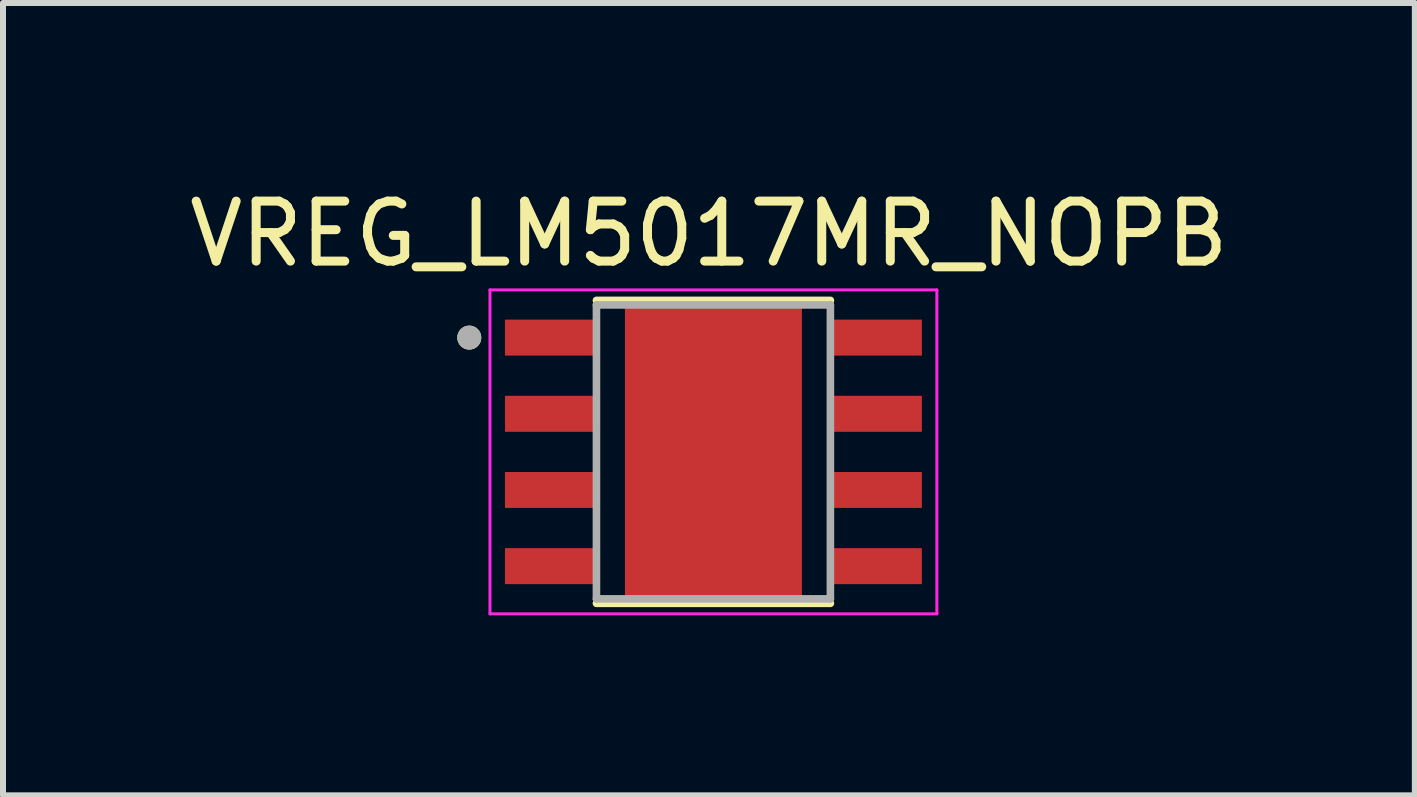
<source format=kicad_pcb>
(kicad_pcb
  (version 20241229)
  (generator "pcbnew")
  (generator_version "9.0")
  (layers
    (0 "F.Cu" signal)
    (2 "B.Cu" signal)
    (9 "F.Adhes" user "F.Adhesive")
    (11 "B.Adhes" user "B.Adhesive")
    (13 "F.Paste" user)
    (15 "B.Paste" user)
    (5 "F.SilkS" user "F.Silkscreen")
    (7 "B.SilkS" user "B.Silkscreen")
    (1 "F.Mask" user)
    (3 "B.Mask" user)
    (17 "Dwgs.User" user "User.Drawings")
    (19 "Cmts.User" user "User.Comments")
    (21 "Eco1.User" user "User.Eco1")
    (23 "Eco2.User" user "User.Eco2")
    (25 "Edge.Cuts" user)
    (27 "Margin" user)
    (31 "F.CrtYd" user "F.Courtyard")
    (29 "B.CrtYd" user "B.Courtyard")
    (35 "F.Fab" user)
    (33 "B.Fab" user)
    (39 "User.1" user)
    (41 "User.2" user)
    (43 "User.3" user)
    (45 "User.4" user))
  (footprint "VREG_LM5017MR_NOPB"
    (layer "F.Cu")
    (at 8.843 4.483)
    (property "Reference" "VREG_LM5017MR_NOPB" (at -0.075 -3.635 0) (layer "F.SilkS") (effects (font (size 1 1) (thickness 0.15))))
    (attr through_hole)
    (fp_poly (pts (xy -1.355 -1.7) (xy 1.355 -1.7) (xy 1.355 1.7) (xy -1.355 1.7)) (stroke (width 0.01) (type solid)) (fill yes) (layer "F.Mask"))
    (fp_poly (pts (xy -1.905 -1.535) (xy -3.495 -1.535) (xy -3.498 -1.535) (xy -3.5 -1.535) (xy -3.503 -1.536) (xy -3.505 -1.536) (xy -3.508 -1.537) (xy -3.51 -1.537) (xy -3.513 -1.538) (xy -3.515 -1.539) (xy -3.518 -1.54) (xy -3.52 -1.542) (xy -3.522 -1.543) (xy -3.524 -1.545) (xy -3.526 -1.546) (xy -3.528 -1.548) (xy -3.53 -1.55) (xy -3.532 -1.552) (xy -3.534 -1.554) (xy -3.535 -1.556) (xy -3.537 -1.558) (xy -3.538 -1.56) (xy -3.54 -1.562) (xy -3.541 -1.565) (xy -3.542 -1.567) (xy -3.543 -1.57) (xy -3.543 -1.572) (xy -3.544 -1.575) (xy -3.544 -1.577) (xy -3.545 -1.58) (xy -3.545 -1.582) (xy -3.545 -1.585) (xy -3.545 -2.225) (xy -3.545 -2.228) (xy -3.545 -2.23) (xy -3.544 -2.233) (xy -3.544 -2.235) (xy -3.543 -2.238) (xy -3.543 -2.24) (xy -3.542 -2.243) (xy -3.541 -2.245) (xy -3.54 -2.248) (xy -3.538 -2.25) (xy -3.537 -2.252) (xy -3.535 -2.254) (xy -3.534 -2.256) (xy -3.532 -2.258) (xy -3.53 -2.26) (xy -3.528 -2.262) (xy -3.526 -2.264) (xy -3.524 -2.265) (xy -3.522 -2.267) (xy -3.52 -2.268) (xy -3.518 -2.27) (xy -3.515 -2.271) (xy -3.513 -2.272) (xy -3.51 -2.273) (xy -3.508 -2.273) (xy -3.505 -2.274) (xy -3.503 -2.274) (xy -3.5 -2.275) (xy -3.498 -2.275) (xy -3.495 -2.275) (xy -1.905 -2.275) (xy -1.902 -2.275) (xy -1.9 -2.275) (xy -1.897 -2.274) (xy -1.895 -2.274) (xy -1.892 -2.273) (xy -1.89 -2.273) (xy -1.887 -2.272) (xy -1.885 -2.271) (xy -1.882 -2.27) (xy -1.88 -2.268) (xy -1.878 -2.267) (xy -1.876 -2.265) (xy -1.874 -2.264) (xy -1.872 -2.262) (xy -1.87 -2.26) (xy -1.868 -2.258) (xy -1.866 -2.256) (xy -1.865 -2.254) (xy -1.863 -2.252) (xy -1.862 -2.25) (xy -1.86 -2.248) (xy -1.859 -2.245) (xy -1.858 -2.243) (xy -1.857 -2.24) (xy -1.857 -2.238) (xy -1.856 -2.235) (xy -1.856 -2.233) (xy -1.855 -2.23) (xy -1.855 -2.228) (xy -1.855 -2.225) (xy -1.855 -1.585) (xy -1.855 -1.582) (xy -1.855 -1.58) (xy -1.856 -1.577) (xy -1.856 -1.575) (xy -1.857 -1.572) (xy -1.857 -1.57) (xy -1.858 -1.567) (xy -1.859 -1.565) (xy -1.86 -1.562) (xy -1.862 -1.56) (xy -1.863 -1.558) (xy -1.865 -1.556) (xy -1.866 -1.554) (xy -1.868 -1.552) (xy -1.87 -1.55) (xy -1.872 -1.548) (xy -1.874 -1.546) (xy -1.876 -1.545) (xy -1.878 -1.543) (xy -1.88 -1.542) (xy -1.882 -1.54) (xy -1.885 -1.539) (xy -1.887 -1.538) (xy -1.89 -1.537) (xy -1.892 -1.537) (xy -1.895 -1.536) (xy -1.897 -1.536) (xy -1.9 -1.535) (xy -1.902 -1.535) (xy -1.905 -1.535)) (stroke (width 0.01) (type solid)) (fill yes) (layer "F.Mask"))
    (fp_poly (pts (xy -1.905 -0.265) (xy -3.495 -0.265) (xy -3.498 -0.265) (xy -3.5 -0.265) (xy -3.503 -0.266) (xy -3.505 -0.266) (xy -3.508 -0.267) (xy -3.51 -0.267) (xy -3.513 -0.268) (xy -3.515 -0.269) (xy -3.518 -0.27) (xy -3.52 -0.272) (xy -3.522 -0.273) (xy -3.524 -0.275) (xy -3.526 -0.276) (xy -3.528 -0.278) (xy -3.53 -0.28) (xy -3.532 -0.282) (xy -3.534 -0.284) (xy -3.535 -0.286) (xy -3.537 -0.288) (xy -3.538 -0.29) (xy -3.54 -0.292) (xy -3.541 -0.295) (xy -3.542 -0.297) (xy -3.543 -0.3) (xy -3.543 -0.302) (xy -3.544 -0.305) (xy -3.544 -0.307) (xy -3.545 -0.31) (xy -3.545 -0.312) (xy -3.545 -0.315) (xy -3.545 -0.955) (xy -3.545 -0.958) (xy -3.545 -0.96) (xy -3.544 -0.963) (xy -3.544 -0.965) (xy -3.543 -0.968) (xy -3.543 -0.97) (xy -3.542 -0.973) (xy -3.541 -0.975) (xy -3.54 -0.978) (xy -3.538 -0.98) (xy -3.537 -0.982) (xy -3.535 -0.984) (xy -3.534 -0.986) (xy -3.532 -0.988) (xy -3.53 -0.99) (xy -3.528 -0.992) (xy -3.526 -0.994) (xy -3.524 -0.995) (xy -3.522 -0.997) (xy -3.52 -0.998) (xy -3.518 -1) (xy -3.515 -1.001) (xy -3.513 -1.002) (xy -3.51 -1.003) (xy -3.508 -1.003) (xy -3.505 -1.004) (xy -3.503 -1.004) (xy -3.5 -1.005) (xy -3.498 -1.005) (xy -3.495 -1.005) (xy -1.905 -1.005) (xy -1.902 -1.005) (xy -1.9 -1.005) (xy -1.897 -1.004) (xy -1.895 -1.004) (xy -1.892 -1.003) (xy -1.89 -1.003) (xy -1.887 -1.002) (xy -1.885 -1.001) (xy -1.882 -1) (xy -1.88 -0.998) (xy -1.878 -0.997) (xy -1.876 -0.995) (xy -1.874 -0.994) (xy -1.872 -0.992) (xy -1.87 -0.99) (xy -1.868 -0.988) (xy -1.866 -0.986) (xy -1.865 -0.984) (xy -1.863 -0.982) (xy -1.862 -0.98) (xy -1.86 -0.978) (xy -1.859 -0.975) (xy -1.858 -0.973) (xy -1.857 -0.97) (xy -1.857 -0.968) (xy -1.856 -0.965) (xy -1.856 -0.963) (xy -1.855 -0.96) (xy -1.855 -0.958) (xy -1.855 -0.955) (xy -1.855 -0.315) (xy -1.855 -0.312) (xy -1.855 -0.31) (xy -1.856 -0.307) (xy -1.856 -0.305) (xy -1.857 -0.302) (xy -1.857 -0.3) (xy -1.858 -0.297) (xy -1.859 -0.295) (xy -1.86 -0.292) (xy -1.862 -0.29) (xy -1.863 -0.288) (xy -1.865 -0.286) (xy -1.866 -0.284) (xy -1.868 -0.282) (xy -1.87 -0.28) (xy -1.872 -0.278) (xy -1.874 -0.276) (xy -1.876 -0.275) (xy -1.878 -0.273) (xy -1.88 -0.272) (xy -1.882 -0.27) (xy -1.885 -0.269) (xy -1.887 -0.268) (xy -1.89 -0.267) (xy -1.892 -0.267) (xy -1.895 -0.266) (xy -1.897 -0.266) (xy -1.9 -0.265) (xy -1.902 -0.265) (xy -1.905 -0.265)) (stroke (width 0.01) (type solid)) (fill yes) (layer "F.Mask"))
    (fp_poly (pts (xy -1.905 1.005) (xy -3.495 1.005) (xy -3.498 1.005) (xy -3.5 1.005) (xy -3.503 1.004) (xy -3.505 1.004) (xy -3.508 1.003) (xy -3.51 1.003) (xy -3.513 1.002) (xy -3.515 1.001) (xy -3.518 1) (xy -3.52 0.998) (xy -3.522 0.997) (xy -3.524 0.995) (xy -3.526 0.994) (xy -3.528 0.992) (xy -3.53 0.99) (xy -3.532 0.988) (xy -3.534 0.986) (xy -3.535 0.984) (xy -3.537 0.982) (xy -3.538 0.98) (xy -3.54 0.978) (xy -3.541 0.975) (xy -3.542 0.973) (xy -3.543 0.97) (xy -3.543 0.968) (xy -3.544 0.965) (xy -3.544 0.963) (xy -3.545 0.96) (xy -3.545 0.958) (xy -3.545 0.955) (xy -3.545 0.315) (xy -3.545 0.312) (xy -3.545 0.31) (xy -3.544 0.307) (xy -3.544 0.305) (xy -3.543 0.302) (xy -3.543 0.3) (xy -3.542 0.297) (xy -3.541 0.295) (xy -3.54 0.292) (xy -3.538 0.29) (xy -3.537 0.288) (xy -3.535 0.286) (xy -3.534 0.284) (xy -3.532 0.282) (xy -3.53 0.28) (xy -3.528 0.278) (xy -3.526 0.276) (xy -3.524 0.275) (xy -3.522 0.273) (xy -3.52 0.272) (xy -3.518 0.27) (xy -3.515 0.269) (xy -3.513 0.268) (xy -3.51 0.267) (xy -3.508 0.267) (xy -3.505 0.266) (xy -3.503 0.266) (xy -3.5 0.265) (xy -3.498 0.265) (xy -3.495 0.265) (xy -1.905 0.265) (xy -1.902 0.265) (xy -1.9 0.265) (xy -1.897 0.266) (xy -1.895 0.266) (xy -1.892 0.267) (xy -1.89 0.267) (xy -1.887 0.268) (xy -1.885 0.269) (xy -1.882 0.27) (xy -1.88 0.272) (xy -1.878 0.273) (xy -1.876 0.275) (xy -1.874 0.276) (xy -1.872 0.278) (xy -1.87 0.28) (xy -1.868 0.282) (xy -1.866 0.284) (xy -1.865 0.286) (xy -1.863 0.288) (xy -1.862 0.29) (xy -1.86 0.292) (xy -1.859 0.295) (xy -1.858 0.297) (xy -1.857 0.3) (xy -1.857 0.302) (xy -1.856 0.305) (xy -1.856 0.307) (xy -1.855 0.31) (xy -1.855 0.312) (xy -1.855 0.315) (xy -1.855 0.955) (xy -1.855 0.958) (xy -1.855 0.96) (xy -1.856 0.963) (xy -1.856 0.965) (xy -1.857 0.968) (xy -1.857 0.97) (xy -1.858 0.973) (xy -1.859 0.975) (xy -1.86 0.978) (xy -1.862 0.98) (xy -1.863 0.982) (xy -1.865 0.984) (xy -1.866 0.986) (xy -1.868 0.988) (xy -1.87 0.99) (xy -1.872 0.992) (xy -1.874 0.994) (xy -1.876 0.995) (xy -1.878 0.997) (xy -1.88 0.998) (xy -1.882 1) (xy -1.885 1.001) (xy -1.887 1.002) (xy -1.89 1.003) (xy -1.892 1.003) (xy -1.895 1.004) (xy -1.897 1.004) (xy -1.9 1.005) (xy -1.902 1.005) (xy -1.905 1.005)) (stroke (width 0.01) (type solid)) (fill yes) (layer "F.Mask"))
    (fp_poly (pts (xy -1.905 2.275) (xy -3.495 2.275) (xy -3.498 2.275) (xy -3.5 2.275) (xy -3.503 2.274) (xy -3.505 2.274) (xy -3.508 2.273) (xy -3.51 2.273) (xy -3.513 2.272) (xy -3.515 2.271) (xy -3.518 2.27) (xy -3.52 2.268) (xy -3.522 2.267) (xy -3.524 2.265) (xy -3.526 2.264) (xy -3.528 2.262) (xy -3.53 2.26) (xy -3.532 2.258) (xy -3.534 2.256) (xy -3.535 2.254) (xy -3.537 2.252) (xy -3.538 2.25) (xy -3.54 2.248) (xy -3.541 2.245) (xy -3.542 2.243) (xy -3.543 2.24) (xy -3.543 2.238) (xy -3.544 2.235) (xy -3.544 2.233) (xy -3.545 2.23) (xy -3.545 2.228) (xy -3.545 2.225) (xy -3.545 1.585) (xy -3.545 1.582) (xy -3.545 1.58) (xy -3.544 1.577) (xy -3.544 1.575) (xy -3.543 1.572) (xy -3.543 1.57) (xy -3.542 1.567) (xy -3.541 1.565) (xy -3.54 1.562) (xy -3.538 1.56) (xy -3.537 1.558) (xy -3.535 1.556) (xy -3.534 1.554) (xy -3.532 1.552) (xy -3.53 1.55) (xy -3.528 1.548) (xy -3.526 1.546) (xy -3.524 1.545) (xy -3.522 1.543) (xy -3.52 1.542) (xy -3.518 1.54) (xy -3.515 1.539) (xy -3.513 1.538) (xy -3.51 1.537) (xy -3.508 1.537) (xy -3.505 1.536) (xy -3.503 1.536) (xy -3.5 1.535) (xy -3.498 1.535) (xy -3.495 1.535) (xy -1.905 1.535) (xy -1.902 1.535) (xy -1.9 1.535) (xy -1.897 1.536) (xy -1.895 1.536) (xy -1.892 1.537) (xy -1.89 1.537) (xy -1.887 1.538) (xy -1.885 1.539) (xy -1.882 1.54) (xy -1.88 1.542) (xy -1.878 1.543) (xy -1.876 1.545) (xy -1.874 1.546) (xy -1.872 1.548) (xy -1.87 1.55) (xy -1.868 1.552) (xy -1.866 1.554) (xy -1.865 1.556) (xy -1.863 1.558) (xy -1.862 1.56) (xy -1.86 1.562) (xy -1.859 1.565) (xy -1.858 1.567) (xy -1.857 1.57) (xy -1.857 1.572) (xy -1.856 1.575) (xy -1.856 1.577) (xy -1.855 1.58) (xy -1.855 1.582) (xy -1.855 1.585) (xy -1.855 2.225) (xy -1.855 2.228) (xy -1.855 2.23) (xy -1.856 2.233) (xy -1.856 2.235) (xy -1.857 2.238) (xy -1.857 2.24) (xy -1.858 2.243) (xy -1.859 2.245) (xy -1.86 2.248) (xy -1.862 2.25) (xy -1.863 2.252) (xy -1.865 2.254) (xy -1.866 2.256) (xy -1.868 2.258) (xy -1.87 2.26) (xy -1.872 2.262) (xy -1.874 2.264) (xy -1.876 2.265) (xy -1.878 2.267) (xy -1.88 2.268) (xy -1.882 2.27) (xy -1.885 2.271) (xy -1.887 2.272) (xy -1.89 2.273) (xy -1.892 2.273) (xy -1.895 2.274) (xy -1.897 2.274) (xy -1.9 2.275) (xy -1.902 2.275) (xy -1.905 2.275)) (stroke (width 0.01) (type solid)) (fill yes) (layer "F.Mask"))
    (fp_poly (pts (xy 3.495 -1.535) (xy 1.905 -1.535) (xy 1.902 -1.535) (xy 1.9 -1.535) (xy 1.897 -1.536) (xy 1.895 -1.536) (xy 1.892 -1.537) (xy 1.89 -1.537) (xy 1.887 -1.538) (xy 1.885 -1.539) (xy 1.882 -1.54) (xy 1.88 -1.542) (xy 1.878 -1.543) (xy 1.876 -1.545) (xy 1.874 -1.546) (xy 1.872 -1.548) (xy 1.87 -1.55) (xy 1.868 -1.552) (xy 1.866 -1.554) (xy 1.865 -1.556) (xy 1.863 -1.558) (xy 1.862 -1.56) (xy 1.86 -1.562) (xy 1.859 -1.565) (xy 1.858 -1.567) (xy 1.857 -1.57) (xy 1.857 -1.572) (xy 1.856 -1.575) (xy 1.856 -1.577) (xy 1.855 -1.58) (xy 1.855 -1.582) (xy 1.855 -1.585) (xy 1.855 -2.225) (xy 1.855 -2.228) (xy 1.855 -2.23) (xy 1.856 -2.233) (xy 1.856 -2.235) (xy 1.857 -2.238) (xy 1.857 -2.24) (xy 1.858 -2.243) (xy 1.859 -2.245) (xy 1.86 -2.248) (xy 1.862 -2.25) (xy 1.863 -2.252) (xy 1.865 -2.254) (xy 1.866 -2.256) (xy 1.868 -2.258) (xy 1.87 -2.26) (xy 1.872 -2.262) (xy 1.874 -2.264) (xy 1.876 -2.265) (xy 1.878 -2.267) (xy 1.88 -2.268) (xy 1.882 -2.27) (xy 1.885 -2.271) (xy 1.887 -2.272) (xy 1.89 -2.273) (xy 1.892 -2.273) (xy 1.895 -2.274) (xy 1.897 -2.274) (xy 1.9 -2.275) (xy 1.902 -2.275) (xy 1.905 -2.275) (xy 3.495 -2.275) (xy 3.498 -2.275) (xy 3.5 -2.275) (xy 3.503 -2.274) (xy 3.505 -2.274) (xy 3.508 -2.273) (xy 3.51 -2.273) (xy 3.513 -2.272) (xy 3.515 -2.271) (xy 3.518 -2.27) (xy 3.52 -2.268) (xy 3.522 -2.267) (xy 3.524 -2.265) (xy 3.526 -2.264) (xy 3.528 -2.262) (xy 3.53 -2.26) (xy 3.532 -2.258) (xy 3.534 -2.256) (xy 3.535 -2.254) (xy 3.537 -2.252) (xy 3.538 -2.25) (xy 3.54 -2.248) (xy 3.541 -2.245) (xy 3.542 -2.243) (xy 3.543 -2.24) (xy 3.543 -2.238) (xy 3.544 -2.235) (xy 3.544 -2.233) (xy 3.545 -2.23) (xy 3.545 -2.228) (xy 3.545 -2.225) (xy 3.545 -1.585) (xy 3.545 -1.582) (xy 3.545 -1.58) (xy 3.544 -1.577) (xy 3.544 -1.575) (xy 3.543 -1.572) (xy 3.543 -1.57) (xy 3.542 -1.567) (xy 3.541 -1.565) (xy 3.54 -1.562) (xy 3.538 -1.56) (xy 3.537 -1.558) (xy 3.535 -1.556) (xy 3.534 -1.554) (xy 3.532 -1.552) (xy 3.53 -1.55) (xy 3.528 -1.548) (xy 3.526 -1.546) (xy 3.524 -1.545) (xy 3.522 -1.543) (xy 3.52 -1.542) (xy 3.518 -1.54) (xy 3.515 -1.539) (xy 3.513 -1.538) (xy 3.51 -1.537) (xy 3.508 -1.537) (xy 3.505 -1.536) (xy 3.503 -1.536) (xy 3.5 -1.535) (xy 3.498 -1.535) (xy 3.495 -1.535)) (stroke (width 0.01) (type solid)) (fill yes) (layer "F.Mask"))
    (fp_poly (pts (xy 3.495 -0.265) (xy 1.905 -0.265) (xy 1.902 -0.265) (xy 1.9 -0.265) (xy 1.897 -0.266) (xy 1.895 -0.266) (xy 1.892 -0.267) (xy 1.89 -0.267) (xy 1.887 -0.268) (xy 1.885 -0.269) (xy 1.882 -0.27) (xy 1.88 -0.272) (xy 1.878 -0.273) (xy 1.876 -0.275) (xy 1.874 -0.276) (xy 1.872 -0.278) (xy 1.87 -0.28) (xy 1.868 -0.282) (xy 1.866 -0.284) (xy 1.865 -0.286) (xy 1.863 -0.288) (xy 1.862 -0.29) (xy 1.86 -0.292) (xy 1.859 -0.295) (xy 1.858 -0.297) (xy 1.857 -0.3) (xy 1.857 -0.302) (xy 1.856 -0.305) (xy 1.856 -0.307) (xy 1.855 -0.31) (xy 1.855 -0.312) (xy 1.855 -0.315) (xy 1.855 -0.955) (xy 1.855 -0.958) (xy 1.855 -0.96) (xy 1.856 -0.963) (xy 1.856 -0.965) (xy 1.857 -0.968) (xy 1.857 -0.97) (xy 1.858 -0.973) (xy 1.859 -0.975) (xy 1.86 -0.978) (xy 1.862 -0.98) (xy 1.863 -0.982) (xy 1.865 -0.984) (xy 1.866 -0.986) (xy 1.868 -0.988) (xy 1.87 -0.99) (xy 1.872 -0.992) (xy 1.874 -0.994) (xy 1.876 -0.995) (xy 1.878 -0.997) (xy 1.88 -0.998) (xy 1.882 -1) (xy 1.885 -1.001) (xy 1.887 -1.002) (xy 1.89 -1.003) (xy 1.892 -1.003) (xy 1.895 -1.004) (xy 1.897 -1.004) (xy 1.9 -1.005) (xy 1.902 -1.005) (xy 1.905 -1.005) (xy 3.495 -1.005) (xy 3.498 -1.005) (xy 3.5 -1.005) (xy 3.503 -1.004) (xy 3.505 -1.004) (xy 3.508 -1.003) (xy 3.51 -1.003) (xy 3.513 -1.002) (xy 3.515 -1.001) (xy 3.518 -1) (xy 3.52 -0.998) (xy 3.522 -0.997) (xy 3.524 -0.995) (xy 3.526 -0.994) (xy 3.528 -0.992) (xy 3.53 -0.99) (xy 3.532 -0.988) (xy 3.534 -0.986) (xy 3.535 -0.984) (xy 3.537 -0.982) (xy 3.538 -0.98) (xy 3.54 -0.978) (xy 3.541 -0.975) (xy 3.542 -0.973) (xy 3.543 -0.97) (xy 3.543 -0.968) (xy 3.544 -0.965) (xy 3.544 -0.963) (xy 3.545 -0.96) (xy 3.545 -0.958) (xy 3.545 -0.955) (xy 3.545 -0.315) (xy 3.545 -0.312) (xy 3.545 -0.31) (xy 3.544 -0.307) (xy 3.544 -0.305) (xy 3.543 -0.302) (xy 3.543 -0.3) (xy 3.542 -0.297) (xy 3.541 -0.295) (xy 3.54 -0.292) (xy 3.538 -0.29) (xy 3.537 -0.288) (xy 3.535 -0.286) (xy 3.534 -0.284) (xy 3.532 -0.282) (xy 3.53 -0.28) (xy 3.528 -0.278) (xy 3.526 -0.276) (xy 3.524 -0.275) (xy 3.522 -0.273) (xy 3.52 -0.272) (xy 3.518 -0.27) (xy 3.515 -0.269) (xy 3.513 -0.268) (xy 3.51 -0.267) (xy 3.508 -0.267) (xy 3.505 -0.266) (xy 3.503 -0.266) (xy 3.5 -0.265) (xy 3.498 -0.265) (xy 3.495 -0.265)) (stroke (width 0.01) (type solid)) (fill yes) (layer "F.Mask"))
    (fp_poly (pts (xy 3.495 1.005) (xy 1.905 1.005) (xy 1.902 1.005) (xy 1.9 1.005) (xy 1.897 1.004) (xy 1.895 1.004) (xy 1.892 1.003) (xy 1.89 1.003) (xy 1.887 1.002) (xy 1.885 1.001) (xy 1.882 1) (xy 1.88 0.998) (xy 1.878 0.997) (xy 1.876 0.995) (xy 1.874 0.994) (xy 1.872 0.992) (xy 1.87 0.99) (xy 1.868 0.988) (xy 1.866 0.986) (xy 1.865 0.984) (xy 1.863 0.982) (xy 1.862 0.98) (xy 1.86 0.978) (xy 1.859 0.975) (xy 1.858 0.973) (xy 1.857 0.97) (xy 1.857 0.968) (xy 1.856 0.965) (xy 1.856 0.963) (xy 1.855 0.96) (xy 1.855 0.958) (xy 1.855 0.955) (xy 1.855 0.315) (xy 1.855 0.312) (xy 1.855 0.31) (xy 1.856 0.307) (xy 1.856 0.305) (xy 1.857 0.302) (xy 1.857 0.3) (xy 1.858 0.297) (xy 1.859 0.295) (xy 1.86 0.292) (xy 1.862 0.29) (xy 1.863 0.288) (xy 1.865 0.286) (xy 1.866 0.284) (xy 1.868 0.282) (xy 1.87 0.28) (xy 1.872 0.278) (xy 1.874 0.276) (xy 1.876 0.275) (xy 1.878 0.273) (xy 1.88 0.272) (xy 1.882 0.27) (xy 1.885 0.269) (xy 1.887 0.268) (xy 1.89 0.267) (xy 1.892 0.267) (xy 1.895 0.266) (xy 1.897 0.266) (xy 1.9 0.265) (xy 1.902 0.265) (xy 1.905 0.265) (xy 3.495 0.265) (xy 3.498 0.265) (xy 3.5 0.265) (xy 3.503 0.266) (xy 3.505 0.266) (xy 3.508 0.267) (xy 3.51 0.267) (xy 3.513 0.268) (xy 3.515 0.269) (xy 3.518 0.27) (xy 3.52 0.272) (xy 3.522 0.273) (xy 3.524 0.275) (xy 3.526 0.276) (xy 3.528 0.278) (xy 3.53 0.28) (xy 3.532 0.282) (xy 3.534 0.284) (xy 3.535 0.286) (xy 3.537 0.288) (xy 3.538 0.29) (xy 3.54 0.292) (xy 3.541 0.295) (xy 3.542 0.297) (xy 3.543 0.3) (xy 3.543 0.302) (xy 3.544 0.305) (xy 3.544 0.307) (xy 3.545 0.31) (xy 3.545 0.312) (xy 3.545 0.315) (xy 3.545 0.955) (xy 3.545 0.958) (xy 3.545 0.96) (xy 3.544 0.963) (xy 3.544 0.965) (xy 3.543 0.968) (xy 3.543 0.97) (xy 3.542 0.973) (xy 3.541 0.975) (xy 3.54 0.978) (xy 3.538 0.98) (xy 3.537 0.982) (xy 3.535 0.984) (xy 3.534 0.986) (xy 3.532 0.988) (xy 3.53 0.99) (xy 3.528 0.992) (xy 3.526 0.994) (xy 3.524 0.995) (xy 3.522 0.997) (xy 3.52 0.998) (xy 3.518 1) (xy 3.515 1.001) (xy 3.513 1.002) (xy 3.51 1.003) (xy 3.508 1.003) (xy 3.505 1.004) (xy 3.503 1.004) (xy 3.5 1.005) (xy 3.498 1.005) (xy 3.495 1.005)) (stroke (width 0.01) (type solid)) (fill yes) (layer "F.Mask"))
    (fp_poly (pts (xy 3.495 2.275) (xy 1.905 2.275) (xy 1.902 2.275) (xy 1.9 2.275) (xy 1.897 2.274) (xy 1.895 2.274) (xy 1.892 2.273) (xy 1.89 2.273) (xy 1.887 2.272) (xy 1.885 2.271) (xy 1.882 2.27) (xy 1.88 2.268) (xy 1.878 2.267) (xy 1.876 2.265) (xy 1.874 2.264) (xy 1.872 2.262) (xy 1.87 2.26) (xy 1.868 2.258) (xy 1.866 2.256) (xy 1.865 2.254) (xy 1.863 2.252) (xy 1.862 2.25) (xy 1.86 2.248) (xy 1.859 2.245) (xy 1.858 2.243) (xy 1.857 2.24) (xy 1.857 2.238) (xy 1.856 2.235) (xy 1.856 2.233) (xy 1.855 2.23) (xy 1.855 2.228) (xy 1.855 2.225) (xy 1.855 1.585) (xy 1.855 1.582) (xy 1.855 1.58) (xy 1.856 1.577) (xy 1.856 1.575) (xy 1.857 1.572) (xy 1.857 1.57) (xy 1.858 1.567) (xy 1.859 1.565) (xy 1.86 1.562) (xy 1.862 1.56) (xy 1.863 1.558) (xy 1.865 1.556) (xy 1.866 1.554) (xy 1.868 1.552) (xy 1.87 1.55) (xy 1.872 1.548) (xy 1.874 1.546) (xy 1.876 1.545) (xy 1.878 1.543) (xy 1.88 1.542) (xy 1.882 1.54) (xy 1.885 1.539) (xy 1.887 1.538) (xy 1.89 1.537) (xy 1.892 1.537) (xy 1.895 1.536) (xy 1.897 1.536) (xy 1.9 1.535) (xy 1.902 1.535) (xy 1.905 1.535) (xy 3.495 1.535) (xy 3.498 1.535) (xy 3.5 1.535) (xy 3.503 1.536) (xy 3.505 1.536) (xy 3.508 1.537) (xy 3.51 1.537) (xy 3.513 1.538) (xy 3.515 1.539) (xy 3.518 1.54) (xy 3.52 1.542) (xy 3.522 1.543) (xy 3.524 1.545) (xy 3.526 1.546) (xy 3.528 1.548) (xy 3.53 1.55) (xy 3.532 1.552) (xy 3.534 1.554) (xy 3.535 1.556) (xy 3.537 1.558) (xy 3.538 1.56) (xy 3.54 1.562) (xy 3.541 1.565) (xy 3.542 1.567) (xy 3.543 1.57) (xy 3.543 1.572) (xy 3.544 1.575) (xy 3.544 1.577) (xy 3.545 1.58) (xy 3.545 1.582) (xy 3.545 1.585) (xy 3.545 2.225) (xy 3.545 2.228) (xy 3.545 2.23) (xy 3.544 2.233) (xy 3.544 2.235) (xy 3.543 2.238) (xy 3.543 2.24) (xy 3.542 2.243) (xy 3.541 2.245) (xy 3.54 2.248) (xy 3.538 2.25) (xy 3.537 2.252) (xy 3.535 2.254) (xy 3.534 2.256) (xy 3.532 2.258) (xy 3.53 2.26) (xy 3.528 2.262) (xy 3.526 2.264) (xy 3.524 2.265) (xy 3.522 2.267) (xy 3.52 2.268) (xy 3.518 2.27) (xy 3.515 2.271) (xy 3.513 2.272) (xy 3.51 2.273) (xy 3.508 2.273) (xy 3.505 2.274) (xy 3.503 2.274) (xy 3.5 2.275) (xy 3.498 2.275) (xy 3.495 2.275)) (stroke (width 0.01) (type solid)) (fill yes) (layer "F.Mask"))
    (fp_line (start -1.95 -2.525) (end 1.95 -2.525) (stroke (width 0.127) (type solid)) (layer "F.SilkS"))
    (fp_line (start -1.95 2.525) (end 1.95 2.525) (stroke (width 0.127) (type solid)) (layer "F.SilkS"))
    (fp_circle (center -4.07 -1.905) (end -3.97 -1.905) (stroke (width 0.2) (type solid)) (fill no) (layer "F.SilkS"))
    (fp_poly (pts (xy -1.355 -1.7) (xy 1.355 -1.7) (xy 1.355 1.7) (xy -1.355 1.7)) (stroke (width 0.01) (type solid)) (fill yes) (layer "F.Paste"))
    (fp_line (start -3.725 -2.7) (end -3.725 2.7) (stroke (width 0.05) (type solid)) (layer "F.CrtYd"))
    (fp_line (start -3.725 -2.7) (end 3.725 -2.7) (stroke (width 0.05) (type solid)) (layer "F.CrtYd"))
    (fp_line (start -3.725 2.7) (end 3.725 2.7) (stroke (width 0.05) (type solid)) (layer "F.CrtYd"))
    (fp_line (start 3.725 -2.7) (end 3.725 2.7) (stroke (width 0.05) (type solid)) (layer "F.CrtYd"))
    (fp_line (start -1.95 -2.45) (end -1.95 2.45) (stroke (width 0.127) (type solid)) (layer "F.Fab"))
    (fp_line (start -1.95 -2.45) (end 1.95 -2.45) (stroke (width 0.127) (type solid)) (layer "F.Fab"))
    (fp_line (start -1.95 2.45) (end 1.95 2.45) (stroke (width 0.127) (type solid)) (layer "F.Fab"))
    (fp_line (start 1.95 -2.45) (end 1.95 2.45) (stroke (width 0.127) (type solid)) (layer "F.Fab"))
    (fp_circle (center -4.07 -1.905) (end -3.97 -1.905) (stroke (width 0.2) (type solid)) (fill no) (layer "F.Fab"))
    (pad "1" smd roundrect (at -2.7 -1.905) (size 1.55 0.6) (layers "F.Cu" "F.Paste") (roundrect_rratio 0.01))
    (pad "2" smd roundrect (at -2.7 -0.635) (size 1.55 0.6) (layers "F.Cu" "F.Paste") (roundrect_rratio 0.01))
    (pad "3" smd roundrect (at -2.7 0.635) (size 1.55 0.6) (layers "F.Cu" "F.Paste") (roundrect_rratio 0.01))
    (pad "4" smd roundrect (at -2.7 1.905) (size 1.55 0.6) (layers "F.Cu" "F.Paste") (roundrect_rratio 0.01))
    (pad "5" smd roundrect (at 2.7 1.905) (size 1.55 0.6) (layers "F.Cu" "F.Paste") (roundrect_rratio 0.01))
    (pad "6" smd roundrect (at 2.7 0.635) (size 1.55 0.6) (layers "F.Cu" "F.Paste") (roundrect_rratio 0.01))
    (pad "7" smd roundrect (at 2.7 -0.635) (size 1.55 0.6) (layers "F.Cu" "F.Paste") (roundrect_rratio 0.01))
    (pad "8" smd roundrect (at 2.7 -1.905) (size 1.55 0.6) (layers "F.Cu" "F.Paste") (roundrect_rratio 0.01))
    (pad "9" smd rect (at 0 0) (size 2.95 4.9) (layers "F.Cu")))
  (gr_rect
    (start -3 -3)
    (end 20.536 10.208)
    (stroke (width 0.1) (type default))
    (fill no)
    (layer "Edge.Cuts")))
</source>
